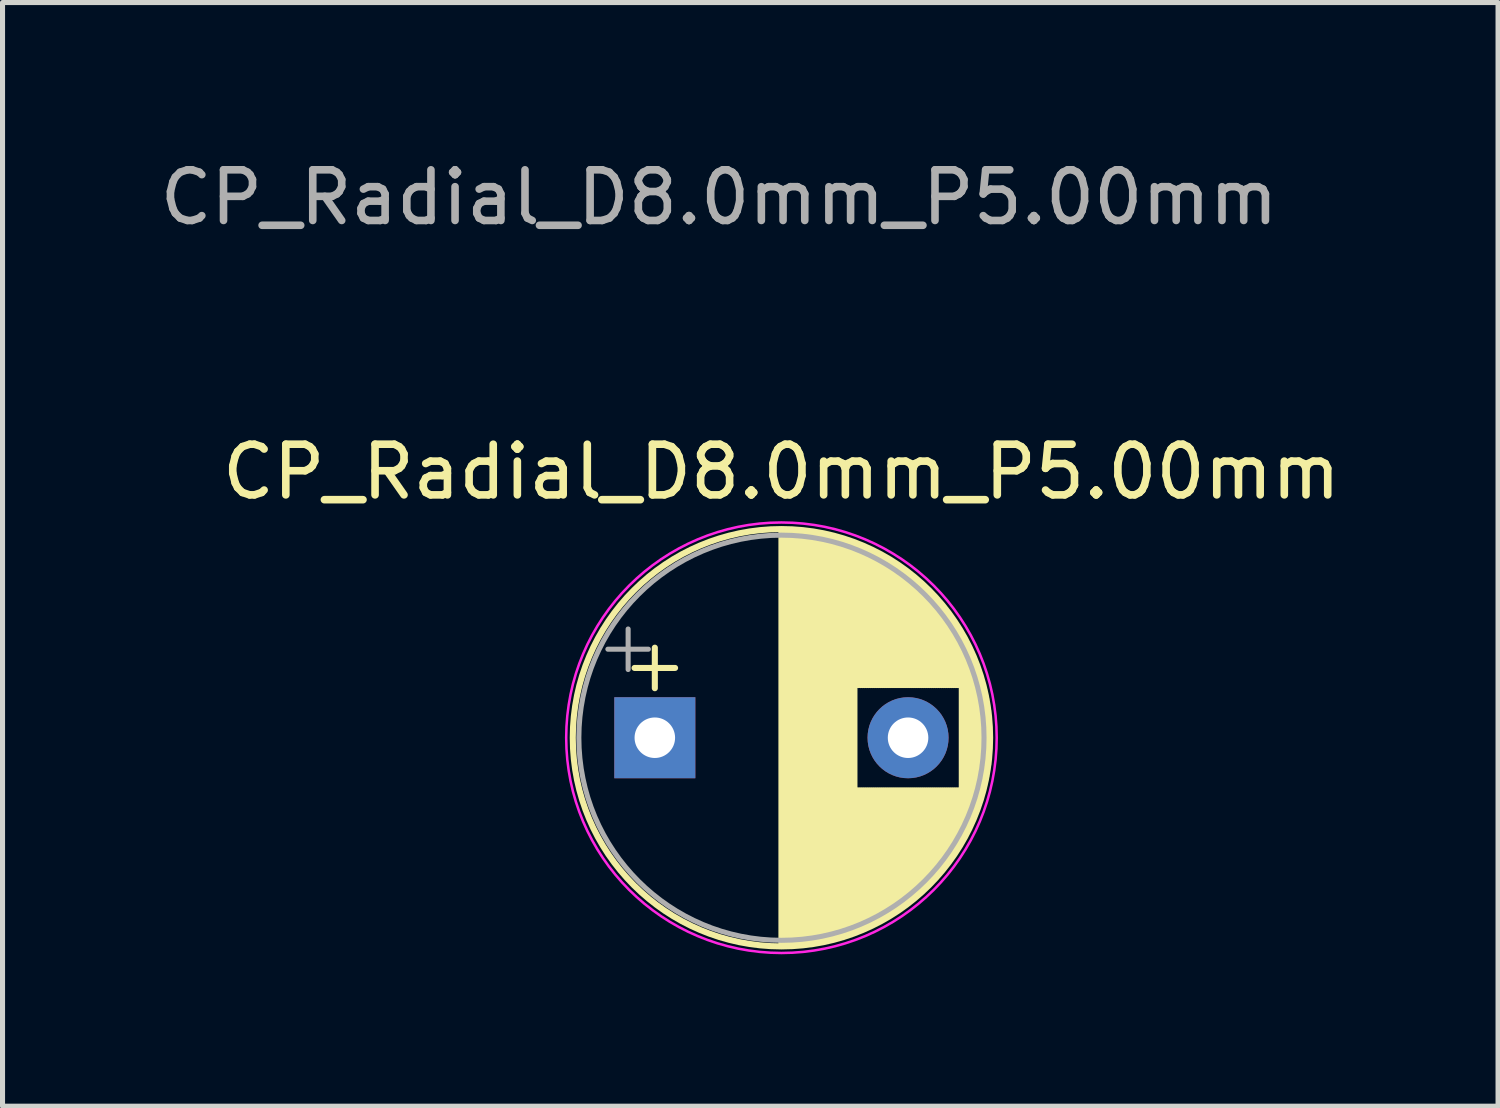
<source format=kicad_pcb>
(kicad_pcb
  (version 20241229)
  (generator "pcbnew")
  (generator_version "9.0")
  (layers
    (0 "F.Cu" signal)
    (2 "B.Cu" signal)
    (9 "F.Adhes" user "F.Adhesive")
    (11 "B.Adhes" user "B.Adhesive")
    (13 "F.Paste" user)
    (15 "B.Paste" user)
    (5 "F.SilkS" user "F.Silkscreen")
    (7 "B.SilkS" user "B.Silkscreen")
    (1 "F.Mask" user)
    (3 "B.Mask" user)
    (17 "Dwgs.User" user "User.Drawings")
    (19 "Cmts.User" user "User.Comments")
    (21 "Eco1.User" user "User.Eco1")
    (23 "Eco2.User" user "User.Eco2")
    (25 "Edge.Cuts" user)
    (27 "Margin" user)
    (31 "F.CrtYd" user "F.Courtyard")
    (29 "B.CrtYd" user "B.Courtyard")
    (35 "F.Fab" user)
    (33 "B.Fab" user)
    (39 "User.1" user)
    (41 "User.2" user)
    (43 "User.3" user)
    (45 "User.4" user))
  (footprint "CP_Radial_D8.0mm_P5.00mm"
    (layer "F.Cu")
    (at 9.879 11.516)
    (property "Reference" "CP_Radial_D8.0mm_P5.00mm" (at 2.5 -5.25 0) (layer "F.SilkS") (effects (font (size 1 1) (thickness 0.15))))
    (attr through_hole)
    (fp_line (start -0.4 -1.378) (end 0.4 -1.378) (stroke (width 0.12) (type solid)) (layer "F.SilkS"))
    (fp_line (start 0 -1.778) (end 0 -0.978) (stroke (width 0.12) (type solid)) (layer "F.SilkS"))
    (fp_line (start 2.5 -4.08) (end 2.5 4.08) (stroke (width 0.12) (type solid)) (layer "F.SilkS"))
    (fp_line (start 2.54 -4.08) (end 2.54 4.08) (stroke (width 0.12) (type solid)) (layer "F.SilkS"))
    (fp_line (start 2.58 -4.08) (end 2.58 4.08) (stroke (width 0.12) (type solid)) (layer "F.SilkS"))
    (fp_line (start 2.62 -4.079) (end 2.62 4.079) (stroke (width 0.12) (type solid)) (layer "F.SilkS"))
    (fp_line (start 2.66 -4.077) (end 2.66 4.077) (stroke (width 0.12) (type solid)) (layer "F.SilkS"))
    (fp_line (start 2.7 -4.076) (end 2.7 4.076) (stroke (width 0.12) (type solid)) (layer "F.SilkS"))
    (fp_line (start 2.74 -4.074) (end 2.74 4.074) (stroke (width 0.12) (type solid)) (layer "F.SilkS"))
    (fp_line (start 2.78 -4.071) (end 2.78 4.071) (stroke (width 0.12) (type solid)) (layer "F.SilkS"))
    (fp_line (start 2.82 -4.068) (end 2.82 4.068) (stroke (width 0.12) (type solid)) (layer "F.SilkS"))
    (fp_line (start 2.86 -4.065) (end 2.86 4.065) (stroke (width 0.12) (type solid)) (layer "F.SilkS"))
    (fp_line (start 2.9 -4.061) (end 2.9 4.061) (stroke (width 0.12) (type solid)) (layer "F.SilkS"))
    (fp_line (start 2.94 -4.057) (end 2.94 4.057) (stroke (width 0.12) (type solid)) (layer "F.SilkS"))
    (fp_line (start 2.98 -4.052) (end 2.98 4.052) (stroke (width 0.12) (type solid)) (layer "F.SilkS"))
    (fp_line (start 3.02 -4.048) (end 3.02 4.048) (stroke (width 0.12) (type solid)) (layer "F.SilkS"))
    (fp_line (start 3.06 -4.042) (end 3.06 4.042) (stroke (width 0.12) (type solid)) (layer "F.SilkS"))
    (fp_line (start 3.1 -4.037) (end 3.1 4.037) (stroke (width 0.12) (type solid)) (layer "F.SilkS"))
    (fp_line (start 3.14 -4.03) (end 3.14 4.03) (stroke (width 0.12) (type solid)) (layer "F.SilkS"))
    (fp_line (start 3.18 -4.024) (end 3.18 4.024) (stroke (width 0.12) (type solid)) (layer "F.SilkS"))
    (fp_line (start 3.221 -4.017) (end 3.221 4.017) (stroke (width 0.12) (type solid)) (layer "F.SilkS"))
    (fp_line (start 3.261 -4.01) (end 3.261 4.01) (stroke (width 0.12) (type solid)) (layer "F.SilkS"))
    (fp_line (start 3.301 -4.002) (end 3.301 4.002) (stroke (width 0.12) (type solid)) (layer "F.SilkS"))
    (fp_line (start 3.341 -3.994) (end 3.341 3.994) (stroke (width 0.12) (type solid)) (layer "F.SilkS"))
    (fp_line (start 3.381 -3.985) (end 3.381 3.985) (stroke (width 0.12) (type solid)) (layer "F.SilkS"))
    (fp_line (start 3.421 -3.976) (end 3.421 3.976) (stroke (width 0.12) (type solid)) (layer "F.SilkS"))
    (fp_line (start 3.461 -3.967) (end 3.461 3.967) (stroke (width 0.12) (type solid)) (layer "F.SilkS"))
    (fp_line (start 3.501 -3.957) (end 3.501 3.957) (stroke (width 0.12) (type solid)) (layer "F.SilkS"))
    (fp_line (start 3.541 -3.947) (end 3.541 3.947) (stroke (width 0.12) (type solid)) (layer "F.SilkS"))
    (fp_line (start 3.581 -3.936) (end 3.581 3.936) (stroke (width 0.12) (type solid)) (layer "F.SilkS"))
    (fp_line (start 3.621 -3.925) (end 3.621 3.925) (stroke (width 0.12) (type solid)) (layer "F.SilkS"))
    (fp_line (start 3.661 -3.914) (end 3.661 3.914) (stroke (width 0.12) (type solid)) (layer "F.SilkS"))
    (fp_line (start 3.701 -3.902) (end 3.701 3.902) (stroke (width 0.12) (type solid)) (layer "F.SilkS"))
    (fp_line (start 3.741 -3.889) (end 3.741 3.889) (stroke (width 0.12) (type solid)) (layer "F.SilkS"))
    (fp_line (start 3.781 -3.877) (end 3.781 3.877) (stroke (width 0.12) (type solid)) (layer "F.SilkS"))
    (fp_line (start 3.821 -3.863) (end 3.821 3.863) (stroke (width 0.12) (type solid)) (layer "F.SilkS"))
    (fp_line (start 3.861 -3.85) (end 3.861 3.85) (stroke (width 0.12) (type solid)) (layer "F.SilkS"))
    (fp_line (start 3.901 -3.835) (end 3.901 3.835) (stroke (width 0.12) (type solid)) (layer "F.SilkS"))
    (fp_line (start 3.941 -3.821) (end 3.941 3.821) (stroke (width 0.12) (type solid)) (layer "F.SilkS"))
    (fp_line (start 3.981 -3.805) (end 3.981 -1.04) (stroke (width 0.12) (type solid)) (layer "F.SilkS"))
    (fp_line (start 3.981 1.04) (end 3.981 3.805) (stroke (width 0.12) (type solid)) (layer "F.SilkS"))
    (fp_line (start 4.021 -3.79) (end 4.021 -1.04) (stroke (width 0.12) (type solid)) (layer "F.SilkS"))
    (fp_line (start 4.021 1.04) (end 4.021 3.79) (stroke (width 0.12) (type solid)) (layer "F.SilkS"))
    (fp_line (start 4.061 -3.774) (end 4.061 -1.04) (stroke (width 0.12) (type solid)) (layer "F.SilkS"))
    (fp_line (start 4.061 1.04) (end 4.061 3.774) (stroke (width 0.12) (type solid)) (layer "F.SilkS"))
    (fp_line (start 4.101 -3.757) (end 4.101 -1.04) (stroke (width 0.12) (type solid)) (layer "F.SilkS"))
    (fp_line (start 4.101 1.04) (end 4.101 3.757) (stroke (width 0.12) (type solid)) (layer "F.SilkS"))
    (fp_line (start 4.141 -3.74) (end 4.141 -1.04) (stroke (width 0.12) (type solid)) (layer "F.SilkS"))
    (fp_line (start 4.141 1.04) (end 4.141 3.74) (stroke (width 0.12) (type solid)) (layer "F.SilkS"))
    (fp_line (start 4.181 -3.722) (end 4.181 -1.04) (stroke (width 0.12) (type solid)) (layer "F.SilkS"))
    (fp_line (start 4.181 1.04) (end 4.181 3.722) (stroke (width 0.12) (type solid)) (layer "F.SilkS"))
    (fp_line (start 4.221 -3.704) (end 4.221 -1.04) (stroke (width 0.12) (type solid)) (layer "F.SilkS"))
    (fp_line (start 4.221 1.04) (end 4.221 3.704) (stroke (width 0.12) (type solid)) (layer "F.SilkS"))
    (fp_line (start 4.261 -3.686) (end 4.261 -1.04) (stroke (width 0.12) (type solid)) (layer "F.SilkS"))
    (fp_line (start 4.261 1.04) (end 4.261 3.686) (stroke (width 0.12) (type solid)) (layer "F.SilkS"))
    (fp_line (start 4.301 -3.666) (end 4.301 -1.04) (stroke (width 0.12) (type solid)) (layer "F.SilkS"))
    (fp_line (start 4.301 1.04) (end 4.301 3.666) (stroke (width 0.12) (type solid)) (layer "F.SilkS"))
    (fp_line (start 4.341 -3.647) (end 4.341 -1.04) (stroke (width 0.12) (type solid)) (layer "F.SilkS"))
    (fp_line (start 4.341 1.04) (end 4.341 3.647) (stroke (width 0.12) (type solid)) (layer "F.SilkS"))
    (fp_line (start 4.381 -3.627) (end 4.381 -1.04) (stroke (width 0.12) (type solid)) (layer "F.SilkS"))
    (fp_line (start 4.381 1.04) (end 4.381 3.627) (stroke (width 0.12) (type solid)) (layer "F.SilkS"))
    (fp_line (start 4.421 -3.606) (end 4.421 -1.04) (stroke (width 0.12) (type solid)) (layer "F.SilkS"))
    (fp_line (start 4.421 1.04) (end 4.421 3.606) (stroke (width 0.12) (type solid)) (layer "F.SilkS"))
    (fp_line (start 4.461 -3.584) (end 4.461 -1.04) (stroke (width 0.12) (type solid)) (layer "F.SilkS"))
    (fp_line (start 4.461 1.04) (end 4.461 3.584) (stroke (width 0.12) (type solid)) (layer "F.SilkS"))
    (fp_line (start 4.501 -3.562) (end 4.501 -1.04) (stroke (width 0.12) (type solid)) (layer "F.SilkS"))
    (fp_line (start 4.501 1.04) (end 4.501 3.562) (stroke (width 0.12) (type solid)) (layer "F.SilkS"))
    (fp_line (start 4.541 -3.54) (end 4.541 -1.04) (stroke (width 0.12) (type solid)) (layer "F.SilkS"))
    (fp_line (start 4.541 1.04) (end 4.541 3.54) (stroke (width 0.12) (type solid)) (layer "F.SilkS"))
    (fp_line (start 4.581 -3.517) (end 4.581 -1.04) (stroke (width 0.12) (type solid)) (layer "F.SilkS"))
    (fp_line (start 4.581 1.04) (end 4.581 3.517) (stroke (width 0.12) (type solid)) (layer "F.SilkS"))
    (fp_line (start 4.621 -3.493) (end 4.621 -1.04) (stroke (width 0.12) (type solid)) (layer "F.SilkS"))
    (fp_line (start 4.621 1.04) (end 4.621 3.493) (stroke (width 0.12) (type solid)) (layer "F.SilkS"))
    (fp_line (start 4.661 -3.469) (end 4.661 -1.04) (stroke (width 0.12) (type solid)) (layer "F.SilkS"))
    (fp_line (start 4.661 1.04) (end 4.661 3.469) (stroke (width 0.12) (type solid)) (layer "F.SilkS"))
    (fp_line (start 4.701 -3.444) (end 4.701 -1.04) (stroke (width 0.12) (type solid)) (layer "F.SilkS"))
    (fp_line (start 4.701 1.04) (end 4.701 3.444) (stroke (width 0.12) (type solid)) (layer "F.SilkS"))
    (fp_line (start 4.741 -3.418) (end 4.741 -1.04) (stroke (width 0.12) (type solid)) (layer "F.SilkS"))
    (fp_line (start 4.741 1.04) (end 4.741 3.418) (stroke (width 0.12) (type solid)) (layer "F.SilkS"))
    (fp_line (start 4.781 -3.392) (end 4.781 -1.04) (stroke (width 0.12) (type solid)) (layer "F.SilkS"))
    (fp_line (start 4.781 1.04) (end 4.781 3.392) (stroke (width 0.12) (type solid)) (layer "F.SilkS"))
    (fp_line (start 4.821 -3.365) (end 4.821 -1.04) (stroke (width 0.12) (type solid)) (layer "F.SilkS"))
    (fp_line (start 4.821 1.04) (end 4.821 3.365) (stroke (width 0.12) (type solid)) (layer "F.SilkS"))
    (fp_line (start 4.861 -3.338) (end 4.861 -1.04) (stroke (width 0.12) (type solid)) (layer "F.SilkS"))
    (fp_line (start 4.861 1.04) (end 4.861 3.338) (stroke (width 0.12) (type solid)) (layer "F.SilkS"))
    (fp_line (start 4.901 -3.309) (end 4.901 -1.04) (stroke (width 0.12) (type solid)) (layer "F.SilkS"))
    (fp_line (start 4.901 1.04) (end 4.901 3.309) (stroke (width 0.12) (type solid)) (layer "F.SilkS"))
    (fp_line (start 4.941 -3.28) (end 4.941 -1.04) (stroke (width 0.12) (type solid)) (layer "F.SilkS"))
    (fp_line (start 4.941 1.04) (end 4.941 3.28) (stroke (width 0.12) (type solid)) (layer "F.SilkS"))
    (fp_line (start 4.981 -3.25) (end 4.981 -1.04) (stroke (width 0.12) (type solid)) (layer "F.SilkS"))
    (fp_line (start 4.981 1.04) (end 4.981 3.25) (stroke (width 0.12) (type solid)) (layer "F.SilkS"))
    (fp_line (start 5.021 -3.22) (end 5.021 -1.04) (stroke (width 0.12) (type solid)) (layer "F.SilkS"))
    (fp_line (start 5.021 1.04) (end 5.021 3.22) (stroke (width 0.12) (type solid)) (layer "F.SilkS"))
    (fp_line (start 5.061 -3.189) (end 5.061 -1.04) (stroke (width 0.12) (type solid)) (layer "F.SilkS"))
    (fp_line (start 5.061 1.04) (end 5.061 3.189) (stroke (width 0.12) (type solid)) (layer "F.SilkS"))
    (fp_line (start 5.101 -3.156) (end 5.101 -1.04) (stroke (width 0.12) (type solid)) (layer "F.SilkS"))
    (fp_line (start 5.101 1.04) (end 5.101 3.156) (stroke (width 0.12) (type solid)) (layer "F.SilkS"))
    (fp_line (start 5.141 -3.124) (end 5.141 -1.04) (stroke (width 0.12) (type solid)) (layer "F.SilkS"))
    (fp_line (start 5.141 1.04) (end 5.141 3.124) (stroke (width 0.12) (type solid)) (layer "F.SilkS"))
    (fp_line (start 5.181 -3.09) (end 5.181 -1.04) (stroke (width 0.12) (type solid)) (layer "F.SilkS"))
    (fp_line (start 5.181 1.04) (end 5.181 3.09) (stroke (width 0.12) (type solid)) (layer "F.SilkS"))
    (fp_line (start 5.221 -3.055) (end 5.221 -1.04) (stroke (width 0.12) (type solid)) (layer "F.SilkS"))
    (fp_line (start 5.221 1.04) (end 5.221 3.055) (stroke (width 0.12) (type solid)) (layer "F.SilkS"))
    (fp_line (start 5.261 -3.019) (end 5.261 -1.04) (stroke (width 0.12) (type solid)) (layer "F.SilkS"))
    (fp_line (start 5.261 1.04) (end 5.261 3.019) (stroke (width 0.12) (type solid)) (layer "F.SilkS"))
    (fp_line (start 5.301 -2.983) (end 5.301 -1.04) (stroke (width 0.12) (type solid)) (layer "F.SilkS"))
    (fp_line (start 5.301 1.04) (end 5.301 2.983) (stroke (width 0.12) (type solid)) (layer "F.SilkS"))
    (fp_line (start 5.341 -2.945) (end 5.341 -1.04) (stroke (width 0.12) (type solid)) (layer "F.SilkS"))
    (fp_line (start 5.341 1.04) (end 5.341 2.945) (stroke (width 0.12) (type solid)) (layer "F.SilkS"))
    (fp_line (start 5.381 -2.907) (end 5.381 -1.04) (stroke (width 0.12) (type solid)) (layer "F.SilkS"))
    (fp_line (start 5.381 1.04) (end 5.381 2.907) (stroke (width 0.12) (type solid)) (layer "F.SilkS"))
    (fp_line (start 5.421 -2.867) (end 5.421 -1.04) (stroke (width 0.12) (type solid)) (layer "F.SilkS"))
    (fp_line (start 5.421 1.04) (end 5.421 2.867) (stroke (width 0.12) (type solid)) (layer "F.SilkS"))
    (fp_line (start 5.461 -2.826) (end 5.461 -1.04) (stroke (width 0.12) (type solid)) (layer "F.SilkS"))
    (fp_line (start 5.461 1.04) (end 5.461 2.826) (stroke (width 0.12) (type solid)) (layer "F.SilkS"))
    (fp_line (start 5.501 -2.784) (end 5.501 -1.04) (stroke (width 0.12) (type solid)) (layer "F.SilkS"))
    (fp_line (start 5.501 1.04) (end 5.501 2.784) (stroke (width 0.12) (type solid)) (layer "F.SilkS"))
    (fp_line (start 5.541 -2.741) (end 5.541 -1.04) (stroke (width 0.12) (type solid)) (layer "F.SilkS"))
    (fp_line (start 5.541 1.04) (end 5.541 2.741) (stroke (width 0.12) (type solid)) (layer "F.SilkS"))
    (fp_line (start 5.581 -2.697) (end 5.581 -1.04) (stroke (width 0.12) (type solid)) (layer "F.SilkS"))
    (fp_line (start 5.581 1.04) (end 5.581 2.697) (stroke (width 0.12) (type solid)) (layer "F.SilkS"))
    (fp_line (start 5.621 -2.651) (end 5.621 -1.04) (stroke (width 0.12) (type solid)) (layer "F.SilkS"))
    (fp_line (start 5.621 1.04) (end 5.621 2.651) (stroke (width 0.12) (type solid)) (layer "F.SilkS"))
    (fp_line (start 5.661 -2.604) (end 5.661 -1.04) (stroke (width 0.12) (type solid)) (layer "F.SilkS"))
    (fp_line (start 5.661 1.04) (end 5.661 2.604) (stroke (width 0.12) (type solid)) (layer "F.SilkS"))
    (fp_line (start 5.701 -2.556) (end 5.701 -1.04) (stroke (width 0.12) (type solid)) (layer "F.SilkS"))
    (fp_line (start 5.701 1.04) (end 5.701 2.556) (stroke (width 0.12) (type solid)) (layer "F.SilkS"))
    (fp_line (start 5.741 -2.505) (end 5.741 -1.04) (stroke (width 0.12) (type solid)) (layer "F.SilkS"))
    (fp_line (start 5.741 1.04) (end 5.741 2.505) (stroke (width 0.12) (type solid)) (layer "F.SilkS"))
    (fp_line (start 5.781 -2.454) (end 5.781 -1.04) (stroke (width 0.12) (type solid)) (layer "F.SilkS"))
    (fp_line (start 5.781 1.04) (end 5.781 2.454) (stroke (width 0.12) (type solid)) (layer "F.SilkS"))
    (fp_line (start 5.821 -2.4) (end 5.821 -1.04) (stroke (width 0.12) (type solid)) (layer "F.SilkS"))
    (fp_line (start 5.821 1.04) (end 5.821 2.4) (stroke (width 0.12) (type solid)) (layer "F.SilkS"))
    (fp_line (start 5.861 -2.345) (end 5.861 -1.04) (stroke (width 0.12) (type solid)) (layer "F.SilkS"))
    (fp_line (start 5.861 1.04) (end 5.861 2.345) (stroke (width 0.12) (type solid)) (layer "F.SilkS"))
    (fp_line (start 5.901 -2.287) (end 5.901 -1.04) (stroke (width 0.12) (type solid)) (layer "F.SilkS"))
    (fp_line (start 5.901 1.04) (end 5.901 2.287) (stroke (width 0.12) (type solid)) (layer "F.SilkS"))
    (fp_line (start 5.941 -2.228) (end 5.941 -1.04) (stroke (width 0.12) (type solid)) (layer "F.SilkS"))
    (fp_line (start 5.941 1.04) (end 5.941 2.228) (stroke (width 0.12) (type solid)) (layer "F.SilkS"))
    (fp_line (start 5.981 -2.166) (end 5.981 -1.04) (stroke (width 0.12) (type solid)) (layer "F.SilkS"))
    (fp_line (start 5.981 1.04) (end 5.981 2.166) (stroke (width 0.12) (type solid)) (layer "F.SilkS"))
    (fp_line (start 6.021 -2.102) (end 6.021 -1.04) (stroke (width 0.12) (type solid)) (layer "F.SilkS"))
    (fp_line (start 6.021 1.04) (end 6.021 2.102) (stroke (width 0.12) (type solid)) (layer "F.SilkS"))
    (fp_line (start 6.061 -2.034) (end 6.061 2.034) (stroke (width 0.12) (type solid)) (layer "F.SilkS"))
    (fp_line (start 6.101 -1.964) (end 6.101 1.964) (stroke (width 0.12) (type solid)) (layer "F.SilkS"))
    (fp_line (start 6.141 -1.89) (end 6.141 1.89) (stroke (width 0.12) (type solid)) (layer "F.SilkS"))
    (fp_line (start 6.181 -1.813) (end 6.181 1.813) (stroke (width 0.12) (type solid)) (layer "F.SilkS"))
    (fp_line (start 6.221 -1.731) (end 6.221 1.731) (stroke (width 0.12) (type solid)) (layer "F.SilkS"))
    (fp_line (start 6.261 -1.645) (end 6.261 1.645) (stroke (width 0.12) (type solid)) (layer "F.SilkS"))
    (fp_line (start 6.301 -1.552) (end 6.301 1.552) (stroke (width 0.12) (type solid)) (layer "F.SilkS"))
    (fp_line (start 6.341 -1.453) (end 6.341 1.453) (stroke (width 0.12) (type solid)) (layer "F.SilkS"))
    (fp_line (start 6.381 -1.346) (end 6.381 1.346) (stroke (width 0.12) (type solid)) (layer "F.SilkS"))
    (fp_line (start 6.421 -1.229) (end 6.421 1.229) (stroke (width 0.12) (type solid)) (layer "F.SilkS"))
    (fp_line (start 6.461 -1.098) (end 6.461 1.098) (stroke (width 0.12) (type solid)) (layer "F.SilkS"))
    (fp_line (start 6.501 -0.948) (end 6.501 0.948) (stroke (width 0.12) (type solid)) (layer "F.SilkS"))
    (fp_line (start 6.541 -0.768) (end 6.541 0.768) (stroke (width 0.12) (type solid)) (layer "F.SilkS"))
    (fp_line (start 6.581 -0.533) (end 6.581 0.533) (stroke (width 0.12) (type solid)) (layer "F.SilkS"))
    (fp_circle (center 2.5 0) (end 6.62 0) (stroke (width 0.12) (type solid)) (fill no) (layer "F.SilkS"))
    (fp_circle (center 2.5 0) (end 6.75 0) (stroke (width 0.05) (type solid)) (fill no) (layer "F.CrtYd"))
    (fp_line (start -0.927 -1.748) (end -0.127 -1.748) (stroke (width 0.1) (type solid)) (layer "F.Fab"))
    (fp_line (start -0.527 -2.147) (end -0.527 -1.347) (stroke (width 0.1) (type solid)) (layer "F.Fab"))
    (fp_circle (center 2.5 0) (end 6.5 0) (stroke (width 0.1) (type solid)) (fill no) (layer "F.Fab"))
    (fp_text user "${REFERENCE}" (at 1.27 -10.668 0) (layer "F.Fab") (effects (font (size 1 1) (thickness 0.15))))
    (pad "1" thru_hole rect (at 0 0) (size 1.6 1.6) (drill 0.8) (layers "*.Cu" "*.Mask"))
    (pad "2" thru_hole circle (at 5 0) (size 1.6 1.6) (drill 0.8) (layers "*.Cu" "*.Mask")))
  (gr_rect
    (start -3 -3)
    (end 26.528 18.791)
    (stroke (width 0.1) (type default))
    (fill no)
    (layer "Edge.Cuts")))
</source>
